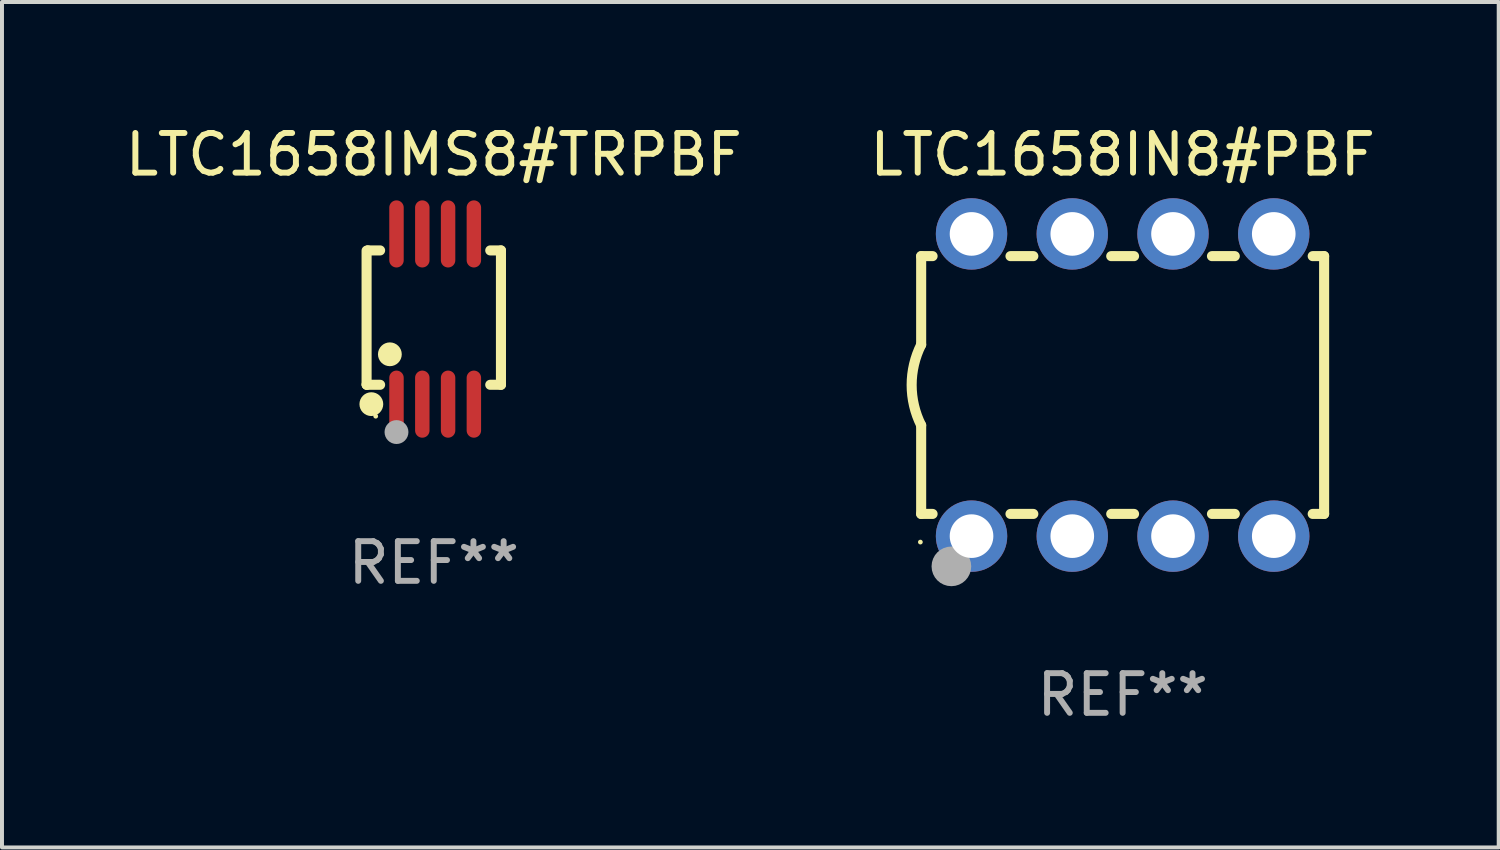
<source format=kicad_pcb>
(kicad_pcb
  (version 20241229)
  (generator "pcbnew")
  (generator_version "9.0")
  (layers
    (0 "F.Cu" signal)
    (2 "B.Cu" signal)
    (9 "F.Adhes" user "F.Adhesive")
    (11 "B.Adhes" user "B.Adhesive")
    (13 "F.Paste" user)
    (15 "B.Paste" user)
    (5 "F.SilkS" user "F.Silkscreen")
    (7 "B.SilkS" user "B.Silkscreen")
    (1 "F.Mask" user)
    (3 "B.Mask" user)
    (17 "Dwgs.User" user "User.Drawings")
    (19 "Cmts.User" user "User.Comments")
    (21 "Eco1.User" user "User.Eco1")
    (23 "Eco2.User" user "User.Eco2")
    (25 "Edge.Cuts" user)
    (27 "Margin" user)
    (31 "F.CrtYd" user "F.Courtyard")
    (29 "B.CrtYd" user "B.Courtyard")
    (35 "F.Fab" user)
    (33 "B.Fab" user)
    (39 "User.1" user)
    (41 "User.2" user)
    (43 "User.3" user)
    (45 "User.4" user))
  (footprint "LTC1658IN8#PBF"
    (layer "F.Cu")
    (at 25.256 6.658)
    (property "Reference" "LTC1658IN8#PBF" (at 0 -5.81 0) (layer "F.SilkS") (effects (font (size 1 1) (thickness 0.15))))
    (attr through_hole)
    (fp_line (start -5.08 -3.25) (end -5.08 -1.017) (stroke (width 0.254) (type solid)) (layer "F.SilkS"))
    (fp_line (start -5.08 -3.25) (end -4.792 -3.25) (stroke (width 0.254) (type solid)) (layer "F.SilkS"))
    (fp_line (start -5.08 3.25) (end -5.08 1.015) (stroke (width 0.254) (type solid)) (layer "F.SilkS"))
    (fp_line (start -5.08 3.25) (end -4.792 3.25) (stroke (width 0.254) (type solid)) (layer "F.SilkS"))
    (fp_line (start -2.828 -3.25) (end -2.252 -3.25) (stroke (width 0.254) (type solid)) (layer "F.SilkS"))
    (fp_line (start -2.828 3.25) (end -2.252 3.25) (stroke (width 0.254) (type solid)) (layer "F.SilkS"))
    (fp_line (start -0.288 -3.25) (end 0.288 -3.25) (stroke (width 0.254) (type solid)) (layer "F.SilkS"))
    (fp_line (start -0.288 3.25) (end 0.288 3.25) (stroke (width 0.254) (type solid)) (layer "F.SilkS"))
    (fp_line (start 2.252 -3.25) (end 2.828 -3.25) (stroke (width 0.254) (type solid)) (layer "F.SilkS"))
    (fp_line (start 2.252 3.25) (end 2.828 3.25) (stroke (width 0.254) (type solid)) (layer "F.SilkS"))
    (fp_line (start 4.792 -3.25) (end 5.08 -3.25) (stroke (width 0.254) (type solid)) (layer "F.SilkS"))
    (fp_line (start 4.792 3.25) (end 5.08 3.25) (stroke (width 0.254) (type solid)) (layer "F.SilkS"))
    (fp_line (start 5.08 -3.25) (end 5.08 3.25) (stroke (width 0.254) (type solid)) (layer "F.SilkS"))
    (fp_arc (start -5.08001 1.01524) (mid -5.319856 -0.000762) (end -5.08001 -1.016764) (stroke (width 0.254001) (type solid)) (layer "F.SilkS"))
    (fp_circle (center -5.1 3.96) (end -5.07 3.96) (stroke (width 0.06) (type solid)) (fill no) (layer "F.SilkS"))
    (fp_circle (center -4.318 4.572) (end -4.068 4.572) (stroke (width 0.5) (type solid)) (fill no) (layer "F.Fab"))
    (fp_text user "REF**" (at 0 7.81 0) (layer "F.Fab") (effects (font (size 1 1) (thickness 0.15))))
    (pad "1" thru_hole circle (at -3.81 3.81) (size 1.8 1.8) (drill 1.1) (layers "*.Cu" "*.Mask"))
    (pad "2" thru_hole circle (at -1.27 3.81) (size 1.8 1.8) (drill 1.1) (layers "*.Cu" "*.Mask"))
    (pad "3" thru_hole circle (at 1.27 3.81) (size 1.8 1.8) (drill 1.1) (layers "*.Cu" "*.Mask"))
    (pad "4" thru_hole circle (at 3.81 3.81) (size 1.8 1.8) (drill 1.1) (layers "*.Cu" "*.Mask"))
    (pad "5" thru_hole circle (at 3.81 -3.81) (size 1.8 1.8) (drill 1.1) (layers "*.Cu" "*.Mask"))
    (pad "6" thru_hole circle (at 1.27 -3.81) (size 1.8 1.8) (drill 1.1) (layers "*.Cu" "*.Mask"))
    (pad "7" thru_hole circle (at -1.27 -3.81) (size 1.8 1.8) (drill 1.1) (layers "*.Cu" "*.Mask"))
    (pad "8" thru_hole circle (at -3.81 -3.81) (size 1.8 1.8) (drill 1.1) (layers "*.Cu" "*.Mask")))
  (footprint "LTC1658IMS8#TRPBF"
    (layer "F.Cu")
    (at 7.887 4.994)
    (property "Reference" "LTC1658IMS8#TRPBF" (at 0 -4.146 0) (layer "F.SilkS") (effects (font (size 1 1) (thickness 0.15))))
    (attr through_hole)
    (fp_line (start -1.694 -1.724) (end -1.694 1.652) (stroke (width 0.254) (type solid)) (layer "F.SilkS"))
    (fp_line (start -1.694 1.652) (end -1.688 1.658) (stroke (width 0.254) (type solid)) (layer "F.SilkS"))
    (fp_line (start -1.688 1.658) (end -1.353 1.658) (stroke (width 0.254) (type solid)) (layer "F.SilkS"))
    (fp_line (start -1.661 -1.73) (end -1.681 -1.71) (stroke (width 0.254) (type solid)) (layer "F.SilkS"))
    (fp_line (start -1.353 -1.73) (end -1.661 -1.73) (stroke (width 0.254) (type solid)) (layer "F.SilkS"))
    (fp_line (start 1.424 1.658) (end 1.694 1.658) (stroke (width 0.254) (type solid)) (layer "F.SilkS"))
    (fp_line (start 1.694 -1.73) (end 1.424 -1.73) (stroke (width 0.254) (type solid)) (layer "F.SilkS"))
    (fp_line (start 1.694 1.658) (end 1.694 -1.73) (stroke (width 0.254) (type solid)) (layer "F.SilkS"))
    (fp_circle (center -1.574 2.146) (end -1.424 2.146) (stroke (width 0.3) (type solid)) (fill no) (layer "F.SilkS"))
    (fp_circle (center -1.464 2.45) (end -1.434 2.45) (stroke (width 0.06) (type solid)) (fill no) (layer "F.SilkS"))
    (fp_circle (center -1.107 0.889) (end -0.957 0.889) (stroke (width 0.3) (type solid)) (fill no) (layer "F.SilkS"))
    (fp_circle (center -0.94 2.85) (end -0.789 2.85) (stroke (width 0.3) (type solid)) (fill no) (layer "F.Fab"))
    (fp_text user "REF**" (at 0 6.146 0) (layer "F.Fab") (effects (font (size 1 1) (thickness 0.15))))
    (pad "1" smd oval (at -0.94 2.146) (size 0.364 1.692) (layers "F.Cu" "F.Mask" "F.Paste"))
    (pad "2" smd oval (at -0.289 2.146) (size 0.364 1.692) (layers "F.Cu" "F.Mask" "F.Paste"))
    (pad "3" smd oval (at 0.361 2.146) (size 0.364 1.692) (layers "F.Cu" "F.Mask" "F.Paste"))
    (pad "4" smd oval (at 1.011 2.146) (size 0.364 1.692) (layers "F.Cu" "F.Mask" "F.Paste"))
    (pad "5" smd oval (at 1.011 -2.146) (size 0.364 1.692) (layers "F.Cu" "F.Mask" "F.Paste"))
    (pad "6" smd oval (at 0.361 -2.146) (size 0.364 1.692) (layers "F.Cu" "F.Mask" "F.Paste"))
    (pad "7" smd oval (at -0.289 -2.146) (size 0.364 1.692) (layers "F.Cu" "F.Mask" "F.Paste"))
    (pad "8" smd oval (at -0.94 -2.146) (size 0.364 1.692) (layers "F.Cu" "F.Mask" "F.Paste")))
  (gr_rect
    (start -3 -3)
    (end 34.738 18.317)
    (stroke (width 0.1) (type default))
    (fill no)
    (layer "Edge.Cuts")))
</source>
